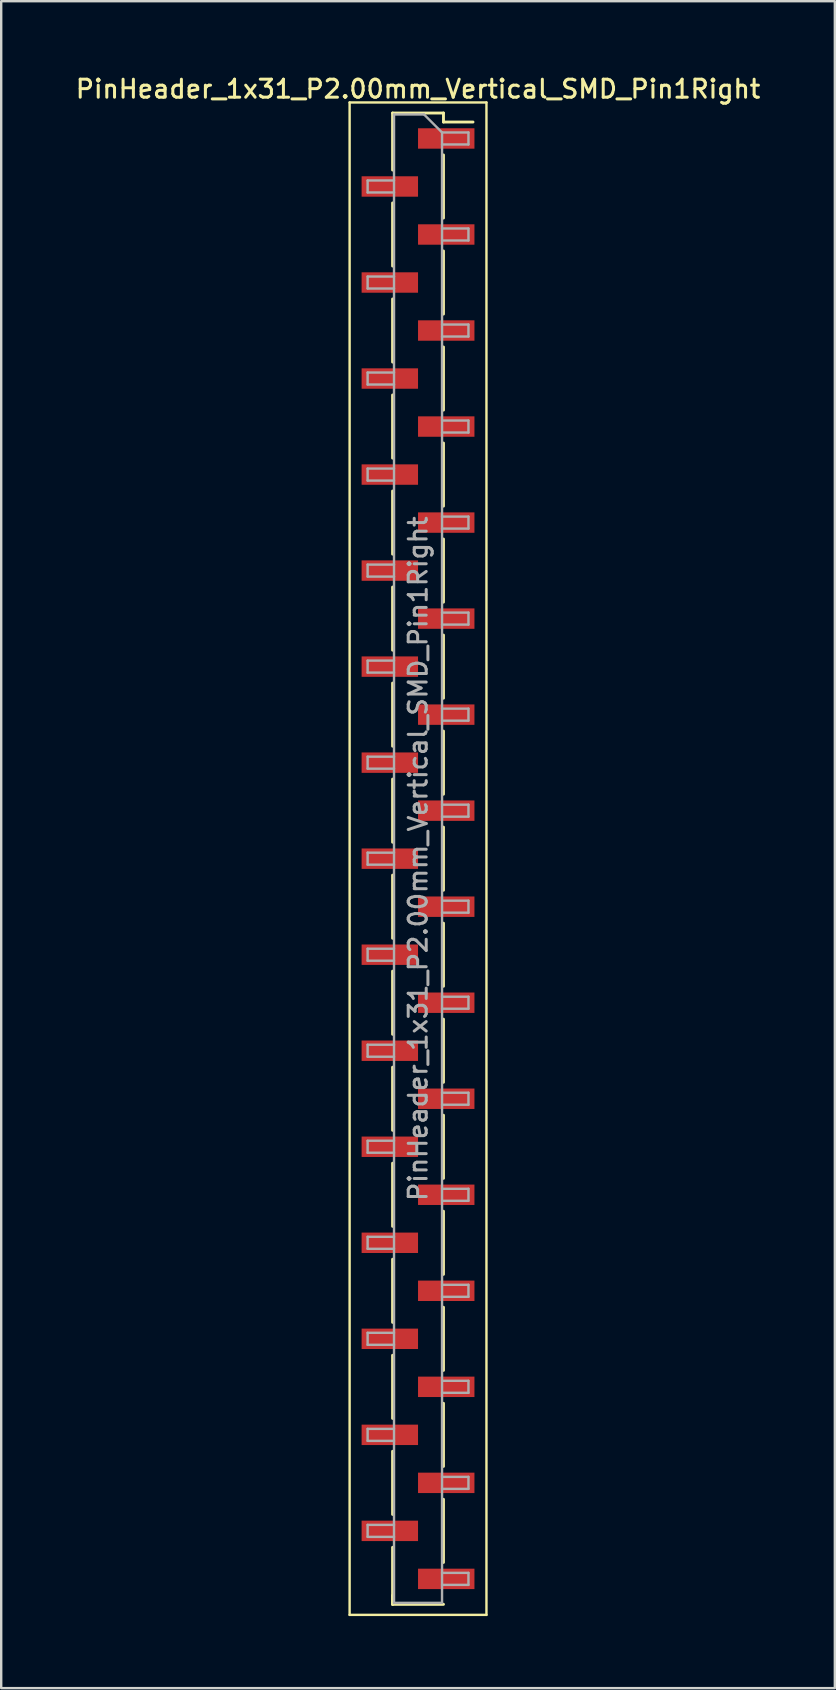
<source format=kicad_pcb>
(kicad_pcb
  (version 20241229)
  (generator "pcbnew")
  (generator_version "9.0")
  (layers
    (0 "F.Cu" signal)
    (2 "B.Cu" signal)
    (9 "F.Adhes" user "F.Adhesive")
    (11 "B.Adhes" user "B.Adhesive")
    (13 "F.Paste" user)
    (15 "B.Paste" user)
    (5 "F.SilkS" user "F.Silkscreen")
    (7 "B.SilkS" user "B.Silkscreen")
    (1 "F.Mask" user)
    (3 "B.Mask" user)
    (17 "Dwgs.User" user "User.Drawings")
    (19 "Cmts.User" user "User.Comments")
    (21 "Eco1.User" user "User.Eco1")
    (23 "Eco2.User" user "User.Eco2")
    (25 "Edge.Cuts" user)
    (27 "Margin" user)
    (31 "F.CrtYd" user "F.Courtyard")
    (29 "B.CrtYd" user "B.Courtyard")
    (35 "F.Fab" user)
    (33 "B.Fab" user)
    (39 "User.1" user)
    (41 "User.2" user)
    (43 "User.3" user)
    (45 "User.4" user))
  (footprint "PinHeader_1x31_P2.00mm_Vertical_SMD_Pin1Right"
    (layer "F.Cu")
    (at 14.363 32.718)
    (property "Reference" "PinHeader_1x31_P2.00mm_Vertical_SMD_Pin1Right" (at 0 -32.06 0) (layer "F.SilkS") (effects (font (size 0.75 0.75) (thickness 0.125))))
    (attr smd)
    (fp_line (start -2.85 -31.5) (end -2.85 31.5) (stroke (width 0.1) (type solid)) (layer "F.SilkS"))
    (fp_line (start -2.85 31.5) (end 2.85 31.5) (stroke (width 0.1) (type solid)) (layer "F.SilkS"))
    (fp_line (start -1.06 -31.06) (end -1.06 -28.685) (stroke (width 0.12) (type solid)) (layer "F.SilkS"))
    (fp_line (start -1.06 -31.06) (end 1.06 -31.06) (stroke (width 0.12) (type solid)) (layer "F.SilkS"))
    (fp_line (start -1.06 -27.315) (end -1.06 -24.685) (stroke (width 0.12) (type solid)) (layer "F.SilkS"))
    (fp_line (start -1.06 -23.315) (end -1.06 -20.685) (stroke (width 0.12) (type solid)) (layer "F.SilkS"))
    (fp_line (start -1.06 -19.315) (end -1.06 -16.685) (stroke (width 0.12) (type solid)) (layer "F.SilkS"))
    (fp_line (start -1.06 -15.315) (end -1.06 -12.685) (stroke (width 0.12) (type solid)) (layer "F.SilkS"))
    (fp_line (start -1.06 -11.315) (end -1.06 -8.685) (stroke (width 0.12) (type solid)) (layer "F.SilkS"))
    (fp_line (start -1.06 -7.315) (end -1.06 -4.685) (stroke (width 0.12) (type solid)) (layer "F.SilkS"))
    (fp_line (start -1.06 -3.315) (end -1.06 -0.685) (stroke (width 0.12) (type solid)) (layer "F.SilkS"))
    (fp_line (start -1.06 0.685) (end -1.06 3.315) (stroke (width 0.12) (type solid)) (layer "F.SilkS"))
    (fp_line (start -1.06 4.685) (end -1.06 7.315) (stroke (width 0.12) (type solid)) (layer "F.SilkS"))
    (fp_line (start -1.06 8.685) (end -1.06 11.315) (stroke (width 0.12) (type solid)) (layer "F.SilkS"))
    (fp_line (start -1.06 12.685) (end -1.06 15.315) (stroke (width 0.12) (type solid)) (layer "F.SilkS"))
    (fp_line (start -1.06 16.685) (end -1.06 19.315) (stroke (width 0.12) (type solid)) (layer "F.SilkS"))
    (fp_line (start -1.06 20.685) (end -1.06 23.315) (stroke (width 0.12) (type solid)) (layer "F.SilkS"))
    (fp_line (start -1.06 24.685) (end -1.06 27.315) (stroke (width 0.12) (type solid)) (layer "F.SilkS"))
    (fp_line (start -1.06 28.685) (end -1.06 31.06) (stroke (width 0.12) (type solid)) (layer "F.SilkS"))
    (fp_line (start -1.06 30.685) (end -1.06 31.06) (stroke (width 0.12) (type solid)) (layer "F.SilkS"))
    (fp_line (start -1.06 31.06) (end 1.06 31.06) (stroke (width 0.12) (type solid)) (layer "F.SilkS"))
    (fp_line (start 1.06 -31.06) (end 1.06 -30.685) (stroke (width 0.12) (type solid)) (layer "F.SilkS"))
    (fp_line (start 1.06 -30.685) (end 2.29 -30.685) (stroke (width 0.12) (type solid)) (layer "F.SilkS"))
    (fp_line (start 1.06 -29.315) (end 1.06 -26.685) (stroke (width 0.12) (type solid)) (layer "F.SilkS"))
    (fp_line (start 1.06 -25.315) (end 1.06 -22.685) (stroke (width 0.12) (type solid)) (layer "F.SilkS"))
    (fp_line (start 1.06 -21.315) (end 1.06 -18.685) (stroke (width 0.12) (type solid)) (layer "F.SilkS"))
    (fp_line (start 1.06 -17.315) (end 1.06 -14.685) (stroke (width 0.12) (type solid)) (layer "F.SilkS"))
    (fp_line (start 1.06 -13.315) (end 1.06 -10.685) (stroke (width 0.12) (type solid)) (layer "F.SilkS"))
    (fp_line (start 1.06 -9.315) (end 1.06 -6.685) (stroke (width 0.12) (type solid)) (layer "F.SilkS"))
    (fp_line (start 1.06 -5.315) (end 1.06 -2.685) (stroke (width 0.12) (type solid)) (layer "F.SilkS"))
    (fp_line (start 1.06 -1.315) (end 1.06 1.315) (stroke (width 0.12) (type solid)) (layer "F.SilkS"))
    (fp_line (start 1.06 2.685) (end 1.06 5.315) (stroke (width 0.12) (type solid)) (layer "F.SilkS"))
    (fp_line (start 1.06 6.685) (end 1.06 9.315) (stroke (width 0.12) (type solid)) (layer "F.SilkS"))
    (fp_line (start 1.06 10.685) (end 1.06 13.315) (stroke (width 0.12) (type solid)) (layer "F.SilkS"))
    (fp_line (start 1.06 14.685) (end 1.06 17.315) (stroke (width 0.12) (type solid)) (layer "F.SilkS"))
    (fp_line (start 1.06 18.685) (end 1.06 21.315) (stroke (width 0.12) (type solid)) (layer "F.SilkS"))
    (fp_line (start 1.06 22.685) (end 1.06 25.315) (stroke (width 0.12) (type solid)) (layer "F.SilkS"))
    (fp_line (start 1.06 26.685) (end 1.06 29.315) (stroke (width 0.12) (type solid)) (layer "F.SilkS"))
    (fp_line (start 2.85 -31.5) (end -2.85 -31.5) (stroke (width 0.1) (type solid)) (layer "F.SilkS"))
    (fp_line (start 2.85 31.5) (end 2.85 -31.5) (stroke (width 0.1) (type solid)) (layer "F.SilkS"))
    (fp_line (start -2.1 -28.25) (end -2.1 -27.75) (stroke (width 0.1) (type solid)) (layer "F.Fab"))
    (fp_line (start -2.1 -27.75) (end -1 -27.75) (stroke (width 0.1) (type solid)) (layer "F.Fab"))
    (fp_line (start -2.1 -24.25) (end -2.1 -23.75) (stroke (width 0.1) (type solid)) (layer "F.Fab"))
    (fp_line (start -2.1 -23.75) (end -1 -23.75) (stroke (width 0.1) (type solid)) (layer "F.Fab"))
    (fp_line (start -2.1 -20.25) (end -2.1 -19.75) (stroke (width 0.1) (type solid)) (layer "F.Fab"))
    (fp_line (start -2.1 -19.75) (end -1 -19.75) (stroke (width 0.1) (type solid)) (layer "F.Fab"))
    (fp_line (start -2.1 -16.25) (end -2.1 -15.75) (stroke (width 0.1) (type solid)) (layer "F.Fab"))
    (fp_line (start -2.1 -15.75) (end -1 -15.75) (stroke (width 0.1) (type solid)) (layer "F.Fab"))
    (fp_line (start -2.1 -12.25) (end -2.1 -11.75) (stroke (width 0.1) (type solid)) (layer "F.Fab"))
    (fp_line (start -2.1 -11.75) (end -1 -11.75) (stroke (width 0.1) (type solid)) (layer "F.Fab"))
    (fp_line (start -2.1 -8.25) (end -2.1 -7.75) (stroke (width 0.1) (type solid)) (layer "F.Fab"))
    (fp_line (start -2.1 -7.75) (end -1 -7.75) (stroke (width 0.1) (type solid)) (layer "F.Fab"))
    (fp_line (start -2.1 -4.25) (end -2.1 -3.75) (stroke (width 0.1) (type solid)) (layer "F.Fab"))
    (fp_line (start -2.1 -3.75) (end -1 -3.75) (stroke (width 0.1) (type solid)) (layer "F.Fab"))
    (fp_line (start -2.1 -0.25) (end -2.1 0.25) (stroke (width 0.1) (type solid)) (layer "F.Fab"))
    (fp_line (start -2.1 0.25) (end -1 0.25) (stroke (width 0.1) (type solid)) (layer "F.Fab"))
    (fp_line (start -2.1 3.75) (end -2.1 4.25) (stroke (width 0.1) (type solid)) (layer "F.Fab"))
    (fp_line (start -2.1 4.25) (end -1 4.25) (stroke (width 0.1) (type solid)) (layer "F.Fab"))
    (fp_line (start -2.1 7.75) (end -2.1 8.25) (stroke (width 0.1) (type solid)) (layer "F.Fab"))
    (fp_line (start -2.1 8.25) (end -1 8.25) (stroke (width 0.1) (type solid)) (layer "F.Fab"))
    (fp_line (start -2.1 11.75) (end -2.1 12.25) (stroke (width 0.1) (type solid)) (layer "F.Fab"))
    (fp_line (start -2.1 12.25) (end -1 12.25) (stroke (width 0.1) (type solid)) (layer "F.Fab"))
    (fp_line (start -2.1 15.75) (end -2.1 16.25) (stroke (width 0.1) (type solid)) (layer "F.Fab"))
    (fp_line (start -2.1 16.25) (end -1 16.25) (stroke (width 0.1) (type solid)) (layer "F.Fab"))
    (fp_line (start -2.1 19.75) (end -2.1 20.25) (stroke (width 0.1) (type solid)) (layer "F.Fab"))
    (fp_line (start -2.1 20.25) (end -1 20.25) (stroke (width 0.1) (type solid)) (layer "F.Fab"))
    (fp_line (start -2.1 23.75) (end -2.1 24.25) (stroke (width 0.1) (type solid)) (layer "F.Fab"))
    (fp_line (start -2.1 24.25) (end -1 24.25) (stroke (width 0.1) (type solid)) (layer "F.Fab"))
    (fp_line (start -2.1 27.75) (end -2.1 28.25) (stroke (width 0.1) (type solid)) (layer "F.Fab"))
    (fp_line (start -2.1 28.25) (end -1 28.25) (stroke (width 0.1) (type solid)) (layer "F.Fab"))
    (fp_line (start -1 -31) (end -1 31) (stroke (width 0.1) (type solid)) (layer "F.Fab"))
    (fp_line (start -1 -31) (end 0.25 -31) (stroke (width 0.1) (type solid)) (layer "F.Fab"))
    (fp_line (start -1 -28.25) (end -2.1 -28.25) (stroke (width 0.1) (type solid)) (layer "F.Fab"))
    (fp_line (start -1 -24.25) (end -2.1 -24.25) (stroke (width 0.1) (type solid)) (layer "F.Fab"))
    (fp_line (start -1 -20.25) (end -2.1 -20.25) (stroke (width 0.1) (type solid)) (layer "F.Fab"))
    (fp_line (start -1 -16.25) (end -2.1 -16.25) (stroke (width 0.1) (type solid)) (layer "F.Fab"))
    (fp_line (start -1 -12.25) (end -2.1 -12.25) (stroke (width 0.1) (type solid)) (layer "F.Fab"))
    (fp_line (start -1 -8.25) (end -2.1 -8.25) (stroke (width 0.1) (type solid)) (layer "F.Fab"))
    (fp_line (start -1 -4.25) (end -2.1 -4.25) (stroke (width 0.1) (type solid)) (layer "F.Fab"))
    (fp_line (start -1 -0.25) (end -2.1 -0.25) (stroke (width 0.1) (type solid)) (layer "F.Fab"))
    (fp_line (start -1 3.75) (end -2.1 3.75) (stroke (width 0.1) (type solid)) (layer "F.Fab"))
    (fp_line (start -1 7.75) (end -2.1 7.75) (stroke (width 0.1) (type solid)) (layer "F.Fab"))
    (fp_line (start -1 11.75) (end -2.1 11.75) (stroke (width 0.1) (type solid)) (layer "F.Fab"))
    (fp_line (start -1 15.75) (end -2.1 15.75) (stroke (width 0.1) (type solid)) (layer "F.Fab"))
    (fp_line (start -1 19.75) (end -2.1 19.75) (stroke (width 0.1) (type solid)) (layer "F.Fab"))
    (fp_line (start -1 23.75) (end -2.1 23.75) (stroke (width 0.1) (type solid)) (layer "F.Fab"))
    (fp_line (start -1 27.75) (end -2.1 27.75) (stroke (width 0.1) (type solid)) (layer "F.Fab"))
    (fp_line (start 1 -30.25) (end 0.25 -31) (stroke (width 0.1) (type solid)) (layer "F.Fab"))
    (fp_line (start 1 -30.25) (end 2.1 -30.25) (stroke (width 0.1) (type solid)) (layer "F.Fab"))
    (fp_line (start 1 -26.25) (end 2.1 -26.25) (stroke (width 0.1) (type solid)) (layer "F.Fab"))
    (fp_line (start 1 -22.25) (end 2.1 -22.25) (stroke (width 0.1) (type solid)) (layer "F.Fab"))
    (fp_line (start 1 -18.25) (end 2.1 -18.25) (stroke (width 0.1) (type solid)) (layer "F.Fab"))
    (fp_line (start 1 -14.25) (end 2.1 -14.25) (stroke (width 0.1) (type solid)) (layer "F.Fab"))
    (fp_line (start 1 -10.25) (end 2.1 -10.25) (stroke (width 0.1) (type solid)) (layer "F.Fab"))
    (fp_line (start 1 -6.25) (end 2.1 -6.25) (stroke (width 0.1) (type solid)) (layer "F.Fab"))
    (fp_line (start 1 -2.25) (end 2.1 -2.25) (stroke (width 0.1) (type solid)) (layer "F.Fab"))
    (fp_line (start 1 1.75) (end 2.1 1.75) (stroke (width 0.1) (type solid)) (layer "F.Fab"))
    (fp_line (start 1 5.75) (end 2.1 5.75) (stroke (width 0.1) (type solid)) (layer "F.Fab"))
    (fp_line (start 1 9.75) (end 2.1 9.75) (stroke (width 0.1) (type solid)) (layer "F.Fab"))
    (fp_line (start 1 13.75) (end 2.1 13.75) (stroke (width 0.1) (type solid)) (layer "F.Fab"))
    (fp_line (start 1 17.75) (end 2.1 17.75) (stroke (width 0.1) (type solid)) (layer "F.Fab"))
    (fp_line (start 1 21.75) (end 2.1 21.75) (stroke (width 0.1) (type solid)) (layer "F.Fab"))
    (fp_line (start 1 25.75) (end 2.1 25.75) (stroke (width 0.1) (type solid)) (layer "F.Fab"))
    (fp_line (start 1 29.75) (end 2.1 29.75) (stroke (width 0.1) (type solid)) (layer "F.Fab"))
    (fp_line (start 1 31) (end -1 31) (stroke (width 0.1) (type solid)) (layer "F.Fab"))
    (fp_line (start 1 31) (end 1 -30.25) (stroke (width 0.1) (type solid)) (layer "F.Fab"))
    (fp_line (start 2.1 -30.25) (end 2.1 -29.75) (stroke (width 0.1) (type solid)) (layer "F.Fab"))
    (fp_line (start 2.1 -29.75) (end 1 -29.75) (stroke (width 0.1) (type solid)) (layer "F.Fab"))
    (fp_line (start 2.1 -26.25) (end 2.1 -25.75) (stroke (width 0.1) (type solid)) (layer "F.Fab"))
    (fp_line (start 2.1 -25.75) (end 1 -25.75) (stroke (width 0.1) (type solid)) (layer "F.Fab"))
    (fp_line (start 2.1 -22.25) (end 2.1 -21.75) (stroke (width 0.1) (type solid)) (layer "F.Fab"))
    (fp_line (start 2.1 -21.75) (end 1 -21.75) (stroke (width 0.1) (type solid)) (layer "F.Fab"))
    (fp_line (start 2.1 -18.25) (end 2.1 -17.75) (stroke (width 0.1) (type solid)) (layer "F.Fab"))
    (fp_line (start 2.1 -17.75) (end 1 -17.75) (stroke (width 0.1) (type solid)) (layer "F.Fab"))
    (fp_line (start 2.1 -14.25) (end 2.1 -13.75) (stroke (width 0.1) (type solid)) (layer "F.Fab"))
    (fp_line (start 2.1 -13.75) (end 1 -13.75) (stroke (width 0.1) (type solid)) (layer "F.Fab"))
    (fp_line (start 2.1 -10.25) (end 2.1 -9.75) (stroke (width 0.1) (type solid)) (layer "F.Fab"))
    (fp_line (start 2.1 -9.75) (end 1 -9.75) (stroke (width 0.1) (type solid)) (layer "F.Fab"))
    (fp_line (start 2.1 -6.25) (end 2.1 -5.75) (stroke (width 0.1) (type solid)) (layer "F.Fab"))
    (fp_line (start 2.1 -5.75) (end 1 -5.75) (stroke (width 0.1) (type solid)) (layer "F.Fab"))
    (fp_line (start 2.1 -2.25) (end 2.1 -1.75) (stroke (width 0.1) (type solid)) (layer "F.Fab"))
    (fp_line (start 2.1 -1.75) (end 1 -1.75) (stroke (width 0.1) (type solid)) (layer "F.Fab"))
    (fp_line (start 2.1 1.75) (end 2.1 2.25) (stroke (width 0.1) (type solid)) (layer "F.Fab"))
    (fp_line (start 2.1 2.25) (end 1 2.25) (stroke (width 0.1) (type solid)) (layer "F.Fab"))
    (fp_line (start 2.1 5.75) (end 2.1 6.25) (stroke (width 0.1) (type solid)) (layer "F.Fab"))
    (fp_line (start 2.1 6.25) (end 1 6.25) (stroke (width 0.1) (type solid)) (layer "F.Fab"))
    (fp_line (start 2.1 9.75) (end 2.1 10.25) (stroke (width 0.1) (type solid)) (layer "F.Fab"))
    (fp_line (start 2.1 10.25) (end 1 10.25) (stroke (width 0.1) (type solid)) (layer "F.Fab"))
    (fp_line (start 2.1 13.75) (end 2.1 14.25) (stroke (width 0.1) (type solid)) (layer "F.Fab"))
    (fp_line (start 2.1 14.25) (end 1 14.25) (stroke (width 0.1) (type solid)) (layer "F.Fab"))
    (fp_line (start 2.1 17.75) (end 2.1 18.25) (stroke (width 0.1) (type solid)) (layer "F.Fab"))
    (fp_line (start 2.1 18.25) (end 1 18.25) (stroke (width 0.1) (type solid)) (layer "F.Fab"))
    (fp_line (start 2.1 21.75) (end 2.1 22.25) (stroke (width 0.1) (type solid)) (layer "F.Fab"))
    (fp_line (start 2.1 22.25) (end 1 22.25) (stroke (width 0.1) (type solid)) (layer "F.Fab"))
    (fp_line (start 2.1 25.75) (end 2.1 26.25) (stroke (width 0.1) (type solid)) (layer "F.Fab"))
    (fp_line (start 2.1 26.25) (end 1 26.25) (stroke (width 0.1) (type solid)) (layer "F.Fab"))
    (fp_line (start 2.1 29.75) (end 2.1 30.25) (stroke (width 0.1) (type solid)) (layer "F.Fab"))
    (fp_line (start 2.1 30.25) (end 1 30.25) (stroke (width 0.1) (type solid)) (layer "F.Fab"))
    (fp_text user "${REFERENCE}" (at 0 0 90) (layer "F.Fab") (effects (font (size 0.75 0.75) (thickness 0.125))))
    (pad "1" smd rect (at 1.175 -30) (size 2.35 0.85) (layers "F.Cu" "F.Mask" "F.Paste"))
    (pad "2" smd rect (at -1.175 -28) (size 2.35 0.85) (layers "F.Cu" "F.Mask" "F.Paste"))
    (pad "3" smd rect (at 1.175 -26) (size 2.35 0.85) (layers "F.Cu" "F.Mask" "F.Paste"))
    (pad "4" smd rect (at -1.175 -24) (size 2.35 0.85) (layers "F.Cu" "F.Mask" "F.Paste"))
    (pad "5" smd rect (at 1.175 -22) (size 2.35 0.85) (layers "F.Cu" "F.Mask" "F.Paste"))
    (pad "6" smd rect (at -1.175 -20) (size 2.35 0.85) (layers "F.Cu" "F.Mask" "F.Paste"))
    (pad "7" smd rect (at 1.175 -18) (size 2.35 0.85) (layers "F.Cu" "F.Mask" "F.Paste"))
    (pad "8" smd rect (at -1.175 -16) (size 2.35 0.85) (layers "F.Cu" "F.Mask" "F.Paste"))
    (pad "9" smd rect (at 1.175 -14) (size 2.35 0.85) (layers "F.Cu" "F.Mask" "F.Paste"))
    (pad "10" smd rect (at -1.175 -12) (size 2.35 0.85) (layers "F.Cu" "F.Mask" "F.Paste"))
    (pad "11" smd rect (at 1.175 -10) (size 2.35 0.85) (layers "F.Cu" "F.Mask" "F.Paste"))
    (pad "12" smd rect (at -1.175 -8) (size 2.35 0.85) (layers "F.Cu" "F.Mask" "F.Paste"))
    (pad "13" smd rect (at 1.175 -6) (size 2.35 0.85) (layers "F.Cu" "F.Mask" "F.Paste"))
    (pad "14" smd rect (at -1.175 -4) (size 2.35 0.85) (layers "F.Cu" "F.Mask" "F.Paste"))
    (pad "15" smd rect (at 1.175 -2) (size 2.35 0.85) (layers "F.Cu" "F.Mask" "F.Paste"))
    (pad "16" smd rect (at -1.175 0) (size 2.35 0.85) (layers "F.Cu" "F.Mask" "F.Paste"))
    (pad "17" smd rect (at 1.175 2) (size 2.35 0.85) (layers "F.Cu" "F.Mask" "F.Paste"))
    (pad "18" smd rect (at -1.175 4) (size 2.35 0.85) (layers "F.Cu" "F.Mask" "F.Paste"))
    (pad "19" smd rect (at 1.175 6) (size 2.35 0.85) (layers "F.Cu" "F.Mask" "F.Paste"))
    (pad "20" smd rect (at -1.175 8) (size 2.35 0.85) (layers "F.Cu" "F.Mask" "F.Paste"))
    (pad "21" smd rect (at 1.175 10) (size 2.35 0.85) (layers "F.Cu" "F.Mask" "F.Paste"))
    (pad "22" smd rect (at -1.175 12) (size 2.35 0.85) (layers "F.Cu" "F.Mask" "F.Paste"))
    (pad "23" smd rect (at 1.175 14) (size 2.35 0.85) (layers "F.Cu" "F.Mask" "F.Paste"))
    (pad "24" smd rect (at -1.175 16) (size 2.35 0.85) (layers "F.Cu" "F.Mask" "F.Paste"))
    (pad "25" smd rect (at 1.175 18) (size 2.35 0.85) (layers "F.Cu" "F.Mask" "F.Paste"))
    (pad "26" smd rect (at -1.175 20) (size 2.35 0.85) (layers "F.Cu" "F.Mask" "F.Paste"))
    (pad "27" smd rect (at 1.175 22) (size 2.35 0.85) (layers "F.Cu" "F.Mask" "F.Paste"))
    (pad "28" smd rect (at -1.175 24) (size 2.35 0.85) (layers "F.Cu" "F.Mask" "F.Paste"))
    (pad "29" smd rect (at 1.175 26) (size 2.35 0.85) (layers "F.Cu" "F.Mask" "F.Paste"))
    (pad "30" smd rect (at -1.175 28) (size 2.35 0.85) (layers "F.Cu" "F.Mask" "F.Paste"))
    (pad "31" smd rect (at 1.175 30) (size 2.35 0.85) (layers "F.Cu" "F.Mask" "F.Paste")))
  (gr_rect
    (start -3 -3)
    (end 31.725 67.268)
    (stroke (width 0.1) (type default))
    (fill no)
    (layer "Edge.Cuts")))
</source>
